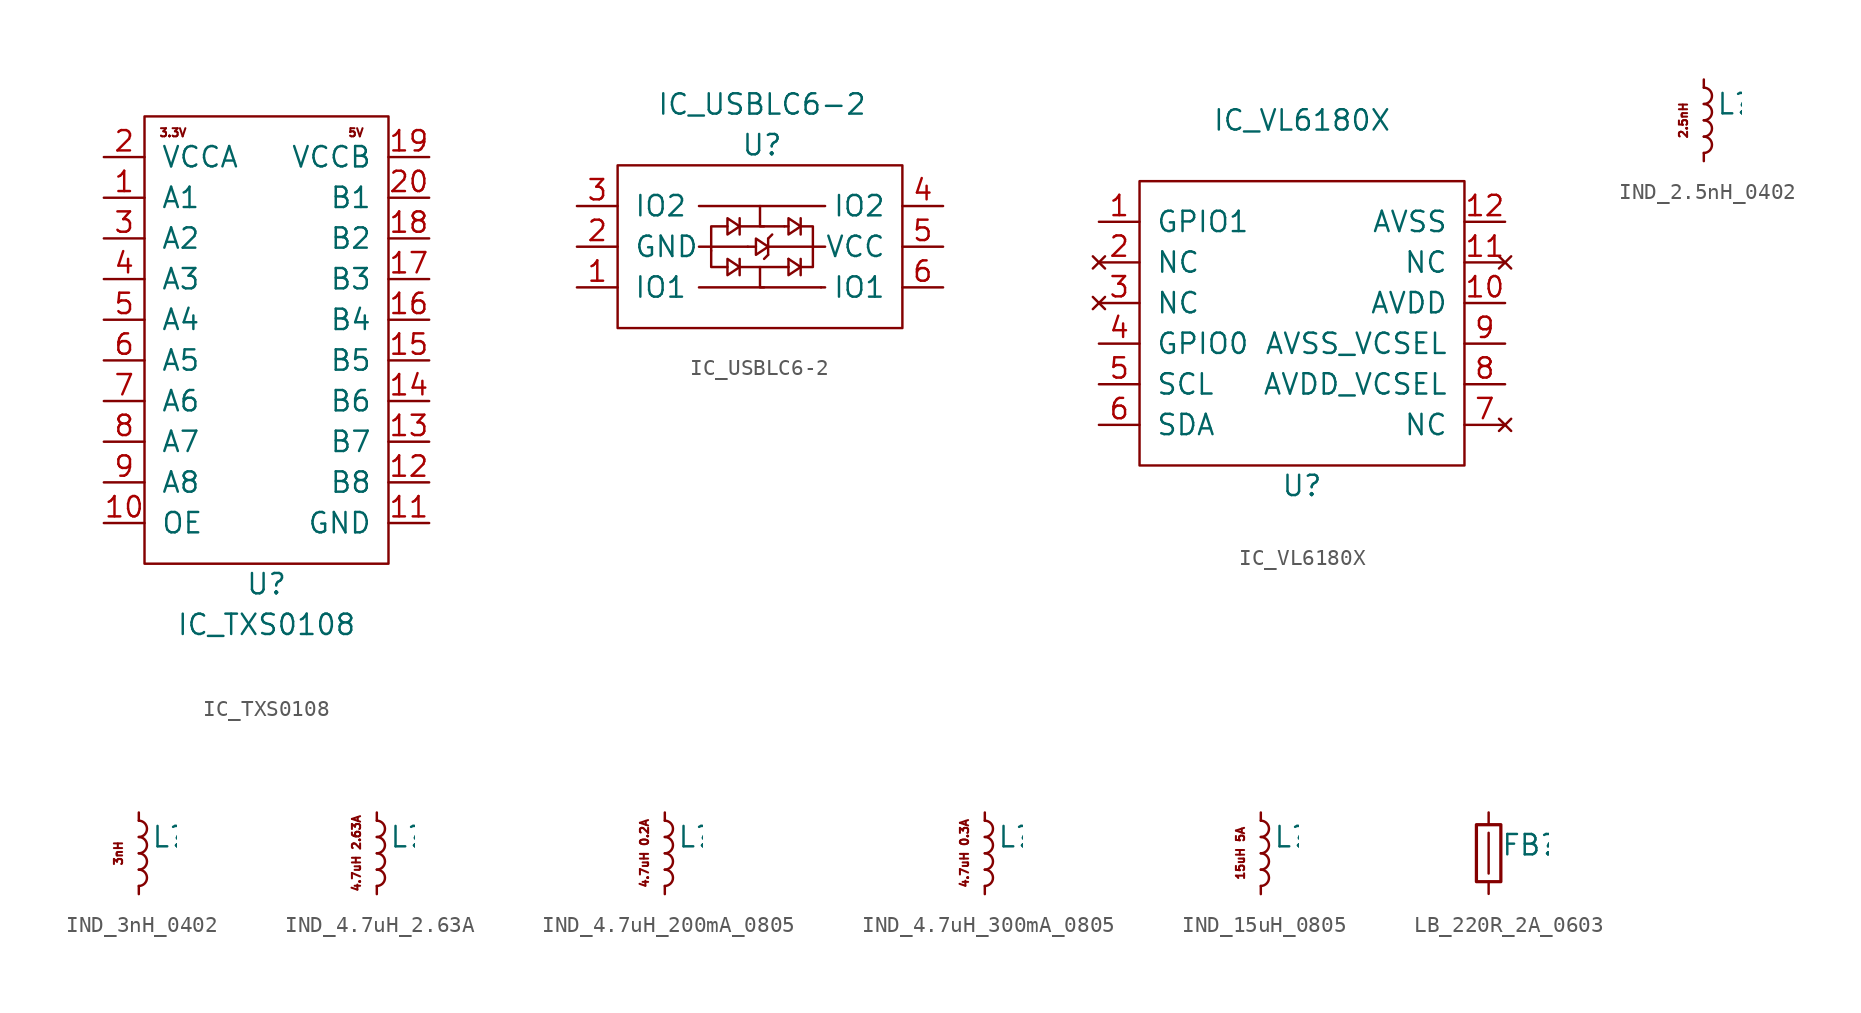
<source format=kicad_sym>
(kicad_symbol_lib
  (version 20211014)
  (generator kicad_symbol_editor)
  (symbol "IC_TXS0108"
    (pin_names
      (offset 1.016))
    (property "Reference" "U"
      (at 0 -15.24 0)
      (effects (font (size 1.27 1.27))))
    (property "Value" "IC_TXS0108"
      (at 0 -17.78 0)
      (effects (font (size 1.27 1.27))))
    (symbol "IC_TXS0108_0_0"
      (text "3.3V" (at -5.842 12.954 0) (effects (font (size 0.508 0.508)))))
    (symbol "IC_TXS0108_0_1"
      (rectangle (start -7.62 13.97) (end 7.62 -13.97) (stroke (width 0) (type default) (color 0 0 0 0)) (fill (type none))))
    (symbol "IC_TXS0108_1_0"
      (text "5V" (at 5.588 12.954 0) (effects (font (size 0.508 0.508)))))
    (symbol "IC_TXS0108_1_1"
      (pin bidirectional line (at -10.16 8.89 0) (length 2.54) (name "A1" (effects (font (size 1.27 1.27)))) (number "1" (effects (font (size 1.27 1.27)))))
      (pin bidirectional line (at -10.16 -11.43 0) (length 2.54) (name "OE" (effects (font (size 1.27 1.27)))) (number "10" (effects (font (size 1.27 1.27)))))
      (pin power_in line (at 10.16 -11.43 180) (length 2.54) (name "GND" (effects (font (size 1.27 1.27)))) (number "11" (effects (font (size 1.27 1.27)))))
      (pin bidirectional line (at 10.16 -8.89 180) (length 2.54) (name "B8" (effects (font (size 1.27 1.27)))) (number "12" (effects (font (size 1.27 1.27)))))
      (pin bidirectional line (at 10.16 -6.35 180) (length 2.54) (name "B7" (effects (font (size 1.27 1.27)))) (number "13" (effects (font (size 1.27 1.27)))))
      (pin bidirectional line (at 10.16 -3.81 180) (length 2.54) (name "B6" (effects (font (size 1.27 1.27)))) (number "14" (effects (font (size 1.27 1.27)))))
      (pin bidirectional line (at 10.16 -1.27 180) (length 2.54) (name "B5" (effects (font (size 1.27 1.27)))) (number "15" (effects (font (size 1.27 1.27)))))
      (pin bidirectional line (at 10.16 1.27 180) (length 2.54) (name "B4" (effects (font (size 1.27 1.27)))) (number "16" (effects (font (size 1.27 1.27)))))
      (pin bidirectional line (at 10.16 3.81 180) (length 2.54) (name "B3" (effects (font (size 1.27 1.27)))) (number "17" (effects (font (size 1.27 1.27)))))
      (pin bidirectional line (at 10.16 6.35 180) (length 2.54) (name "B2" (effects (font (size 1.27 1.27)))) (number "18" (effects (font (size 1.27 1.27)))))
      (pin power_in line (at 10.16 11.43 180) (length 2.54) (name "VCCB" (effects (font (size 1.27 1.27)))) (number "19" (effects (font (size 1.27 1.27)))))
      (pin power_in line (at -10.16 11.43 0) (length 2.54) (name "VCCA" (effects (font (size 1.27 1.27)))) (number "2" (effects (font (size 1.27 1.27)))))
      (pin bidirectional line (at 10.16 8.89 180) (length 2.54) (name "B1" (effects (font (size 1.27 1.27)))) (number "20" (effects (font (size 1.27 1.27)))))
      (pin bidirectional line (at -10.16 6.35 0) (length 2.54) (name "A2" (effects (font (size 1.27 1.27)))) (number "3" (effects (font (size 1.27 1.27)))))
      (pin bidirectional line (at -10.16 3.81 0) (length 2.54) (name "A3" (effects (font (size 1.27 1.27)))) (number "4" (effects (font (size 1.27 1.27)))))
      (pin bidirectional line (at -10.16 1.27 0) (length 2.54) (name "A4" (effects (font (size 1.27 1.27)))) (number "5" (effects (font (size 1.27 1.27)))))
      (pin bidirectional line (at -10.16 -1.27 0) (length 2.54) (name "A5" (effects (font (size 1.27 1.27)))) (number "6" (effects (font (size 1.27 1.27)))))
      (pin bidirectional line (at -10.16 -3.81 0) (length 2.54) (name "A6" (effects (font (size 1.27 1.27)))) (number "7" (effects (font (size 1.27 1.27)))))
      (pin bidirectional line (at -10.16 -6.35 0) (length 2.54) (name "A7" (effects (font (size 1.27 1.27)))) (number "8" (effects (font (size 1.27 1.27)))))
      (pin bidirectional line (at -10.16 -8.89 0) (length 2.54) (name "A8" (effects (font (size 1.27 1.27)))) (number "9" (effects (font (size 1.27 1.27)))))))
  (symbol "IC_USBLC6-2"
    (pin_names
      (offset 1.016))
    (property "Reference" "U"
      (at 0.127 6.35 0)
      (effects (font (size 1.27 1.27))))
    (property "Value" "IC_USBLC6-2"
      (at 0.127 8.89 0)
      (effects (font (size 1.27 1.27))))
    (symbol "IC_USBLC6-2_0_1"
      (polyline (pts (xy -3.81 0) (xy -0.762 0)) (stroke (width 0) (type default) (color 0 0 0 0)) (fill (type none)))
      (polyline (pts (xy -3.81 2.54) (xy 4.064 2.54)) (stroke (width 0) (type default) (color 0 0 0 0)) (fill (type none)))
      (polyline (pts (xy -3.048 -0.254) (xy -3.048 0)) (stroke (width 0) (type default) (color 0 0 0 0)) (fill (type none)))
      (polyline (pts (xy -1.27 -1.27) (xy 1.778 -1.27)) (stroke (width 0) (type default) (color 0 0 0 0)) (fill (type none)))
      (polyline (pts (xy -1.27 -0.762) (xy -1.27 -1.778)) (stroke (width 0) (type default) (color 0 0 0 0)) (fill (type none)))
      (polyline (pts (xy -1.27 1.778) (xy -1.27 0.762)) (stroke (width 0) (type default) (color 0 0 0 0)) (fill (type none)))
      (polyline (pts (xy -0.762 0) (xy -0.254 0)) (stroke (width 0) (type default) (color 0 0 0 0)) (fill (type none)))
      (polyline (pts (xy 0.254 -2.54) (xy -3.81 -2.54)) (stroke (width 0) (type default) (color 0 0 0 0)) (fill (type none)))
      (polyline (pts (xy 0.254 1.27) (xy -1.27 1.27)) (stroke (width 0) (type default) (color 0 0 0 0)) (fill (type none)))
      (polyline (pts (xy 0.508 -0.508) (xy 0.254 -0.762)) (stroke (width 0) (type default) (color 0 0 0 0)) (fill (type none)))
      (polyline (pts (xy 0.508 0) (xy 4.064 0)) (stroke (width 0) (type default) (color 0 0 0 0)) (fill (type none)))
      (polyline (pts (xy 0.508 0.508) (xy 0.508 -0.508)) (stroke (width 0) (type default) (color 0 0 0 0)) (fill (type none)))
      (polyline (pts (xy 0.508 0.508) (xy 0.762 0.762)) (stroke (width 0) (type default) (color 0 0 0 0)) (fill (type none)))
      (polyline (pts (xy 1.524 1.27) (xy 1.778 1.27)) (stroke (width 0) (type default) (color 0 0 0 0)) (fill (type none)))
      (polyline (pts (xy 1.778 -1.27) (xy 1.778 -0.762)) (stroke (width 0) (type default) (color 0 0 0 0)) (fill (type none)))
      (polyline (pts (xy 2.54 -0.762) (xy 2.54 -1.778)) (stroke (width 0) (type default) (color 0 0 0 0)) (fill (type none)))
      (polyline (pts (xy 2.54 1.778) (xy 2.54 0.762)) (stroke (width 0) (type default) (color 0 0 0 0)) (fill (type none)))
      (polyline (pts (xy 3.81 -2.54) (xy 4.064 -2.54)) (stroke (width 0) (type default) (color 0 0 0 0)) (fill (type none)))
      (polyline (pts (xy -3.048 -0.254) (xy -3.048 -1.27) (xy -2.032 -1.27)) (stroke (width 0) (type default) (color 0 0 0 0)) (fill (type none)))
      (polyline (pts (xy -2.032 1.27) (xy -3.048 1.27) (xy -3.048 0)) (stroke (width 0) (type default) (color 0 0 0 0)) (fill (type none)))
      (polyline (pts (xy 0 -1.27) (xy 0 -2.54) (xy 3.81 -2.54)) (stroke (width 0) (type default) (color 0 0 0 0)) (fill (type none)))
      (polyline (pts (xy 1.524 1.27) (xy 0 1.27) (xy 0 2.54)) (stroke (width 0) (type default) (color 0 0 0 0)) (fill (type none)))
      (polyline (pts (xy 2.54 -1.27) (xy 3.302 -1.27) (xy 3.302 0)) (stroke (width 0) (type default) (color 0 0 0 0)) (fill (type none)))
      (polyline (pts (xy 2.54 1.27) (xy 3.302 1.27) (xy 3.302 0)) (stroke (width 0) (type default) (color 0 0 0 0)) (fill (type none)))
      (polyline (pts (xy -2.032 -0.762) (xy -2.032 -1.778) (xy -1.27 -1.27) (xy -2.032 -0.762)) (stroke (width 0) (type default) (color 0 0 0 0)) (fill (type none)))
      (polyline (pts (xy -1.27 1.27) (xy -2.032 1.778) (xy -2.032 0.762) (xy -1.27 1.27)) (stroke (width 0) (type default) (color 0 0 0 0)) (fill (type none)))
      (polyline (pts (xy -0.254 0.508) (xy -0.254 -0.508) (xy 0.508 0) (xy -0.254 0.508)) (stroke (width 0) (type default) (color 0 0 0 0)) (fill (type none)))
      (polyline (pts (xy 1.778 -0.762) (xy 2.54 -1.27) (xy 1.778 -1.778) (xy 1.778 -1.27)) (stroke (width 0) (type default) (color 0 0 0 0)) (fill (type none)))
      (polyline (pts (xy 1.778 1.778) (xy 1.778 0.762) (xy 2.54 1.27) (xy 1.778 1.778)) (stroke (width 0) (type default) (color 0 0 0 0)) (fill (type none)))
      (rectangle (start 8.89 5.08) (end -8.89 -5.08) (stroke (width 0) (type default) (color 0 0 0 0)) (fill (type none))))
    (symbol "IC_USBLC6-2_1_1"
      (pin passive line (at -11.43 -2.54 0) (length 2.54) (name "IO1" (effects (font (size 1.27 1.27)))) (number "1" (effects (font (size 1.27 1.27)))))
      (pin passive line (at -11.43 0 0) (length 2.54) (name "GND" (effects (font (size 1.27 1.27)))) (number "2" (effects (font (size 1.27 1.27)))))
      (pin passive line (at -11.43 2.54 0) (length 2.54) (name "IO2" (effects (font (size 1.27 1.27)))) (number "3" (effects (font (size 1.27 1.27)))))
      (pin passive line (at 11.43 2.54 180) (length 2.54) (name "IO2" (effects (font (size 1.27 1.27)))) (number "4" (effects (font (size 1.27 1.27)))))
      (pin passive line (at 11.43 0 180) (length 2.54) (name "VCC" (effects (font (size 1.27 1.27)))) (number "5" (effects (font (size 1.27 1.27)))))
      (pin passive line (at 11.43 -2.54 180) (length 2.54) (name "IO1" (effects (font (size 1.27 1.27)))) (number "6" (effects (font (size 1.27 1.27)))))))
  (symbol "IC_VL6180X"
    (pin_names
      (offset 1.016))
    (property "Reference" "U"
      (at 0 -10.16 0)
      (effects (font (size 1.27 1.27))))
    (property "Value" "IC_VL6180X"
      (at 0 12.7 0)
      (effects (font (size 1.27 1.27))))
    (symbol "IC_VL6180X_0_1"
      (rectangle (start -10.16 8.89) (end 10.16 -8.89) (stroke (width 0) (type default) (color 0 0 0 0)) (fill (type none))))
    (symbol "IC_VL6180X_1_1"
      (pin bidirectional line (at -12.7 6.35 0) (length 2.54) (name "GPIO1" (effects (font (size 1.27 1.27)))) (number "1" (effects (font (size 1.27 1.27)))))
      (pin power_in line (at 12.7 1.27 180) (length 2.54) (name "AVDD" (effects (font (size 1.27 1.27)))) (number "10" (effects (font (size 1.27 1.27)))))
      (pin no_connect line (at 12.7 3.81 180) (length 2.54) (name "NC" (effects (font (size 1.27 1.27)))) (number "11" (effects (font (size 1.27 1.27)))))
      (pin power_in line (at 12.7 6.35 180) (length 2.54) (name "AVSS" (effects (font (size 1.27 1.27)))) (number "12" (effects (font (size 1.27 1.27)))))
      (pin no_connect line (at -12.7 3.81 0) (length 2.54) (name "NC" (effects (font (size 1.27 1.27)))) (number "2" (effects (font (size 1.27 1.27)))))
      (pin no_connect line (at -12.7 1.27 0) (length 2.54) (name "NC" (effects (font (size 1.27 1.27)))) (number "3" (effects (font (size 1.27 1.27)))))
      (pin bidirectional line (at -12.7 -1.27 0) (length 2.54) (name "GPIO0" (effects (font (size 1.27 1.27)))) (number "4" (effects (font (size 1.27 1.27)))))
      (pin input line (at -12.7 -3.81 0) (length 2.54) (name "SCL" (effects (font (size 1.27 1.27)))) (number "5" (effects (font (size 1.27 1.27)))))
      (pin bidirectional line (at -12.7 -6.35 0) (length 2.54) (name "SDA" (effects (font (size 1.27 1.27)))) (number "6" (effects (font (size 1.27 1.27)))))
      (pin no_connect line (at 12.7 -6.35 180) (length 2.54) (name "NC" (effects (font (size 1.27 1.27)))) (number "7" (effects (font (size 1.27 1.27)))))
      (pin input line (at 12.7 -3.81 180) (length 2.54) (name "AVDD_VCSEL" (effects (font (size 1.27 1.27)))) (number "8" (effects (font (size 1.27 1.27)))))
      (pin input line (at 12.7 -1.27 180) (length 2.54) (name "AVSS_VCSEL" (effects (font (size 1.27 1.27)))) (number "9" (effects (font (size 1.27 1.27)))))))
  (symbol "IND_2.5nH_0402"
    (pin_numbers hide)
    (pin_names
      (offset 0.254) hide)
    (property "Reference" "L"
      (at 0.762 1.016 0)
      (effects (font (size 1.27 1.27)) (justify left)))
    (symbol "IND_2.5nH_0402_0_0"
      (text "2.5nH" (at -1.27 0 900) (effects (font (size 0.508 0.508)))))
    (symbol "IND_2.5nH_0402_0_1"
      (arc (start 0 -2.032) (mid 0.508 -1.524) (end 0 -1.016) (stroke (width 0) (type default) (color 0 0 0 0)) (fill (type none)))
      (arc (start 0 -1.016) (mid 0.508 -0.508) (end 0 0) (stroke (width 0) (type default) (color 0 0 0 0)) (fill (type none)))
      (arc (start 0 0) (mid 0.508 0.508) (end 0 1.016) (stroke (width 0) (type default) (color 0 0 0 0)) (fill (type none)))
      (arc (start 0 1.016) (mid 0.508 1.524) (end 0 2.032) (stroke (width 0) (type default) (color 0 0 0 0)) (fill (type none))))
    (symbol "IND_2.5nH_0402_1_1"
      (pin passive line (at 0 2.54 270) (length 0.508) (name "~" (effects (font (size 1.27 1.27)))) (number "1" (effects (font (size 1.27 1.27)))))
      (pin passive line (at 0 -2.54 90) (length 0.508) (name "~" (effects (font (size 1.27 1.27)))) (number "2" (effects (font (size 1.27 1.27)))))))
  (symbol "IND_3nH_0402"
    (pin_numbers hide)
    (pin_names
      (offset 0.254) hide)
    (property "Reference" "L"
      (at 0.762 1.016 0)
      (effects (font (size 1.27 1.27)) (justify left)))
    (symbol "IND_3nH_0402_0_0"
      (text "3nH" (at -1.27 0 900) (effects (font (size 0.508 0.508)))))
    (symbol "IND_3nH_0402_0_1"
      (arc (start 0 -2.032) (mid 0.508 -1.524) (end 0 -1.016) (stroke (width 0) (type default) (color 0 0 0 0)) (fill (type none)))
      (arc (start 0 -1.016) (mid 0.508 -0.508) (end 0 0) (stroke (width 0) (type default) (color 0 0 0 0)) (fill (type none)))
      (arc (start 0 0) (mid 0.508 0.508) (end 0 1.016) (stroke (width 0) (type default) (color 0 0 0 0)) (fill (type none)))
      (arc (start 0 1.016) (mid 0.508 1.524) (end 0 2.032) (stroke (width 0) (type default) (color 0 0 0 0)) (fill (type none))))
    (symbol "IND_3nH_0402_1_1"
      (pin passive line (at 0 2.54 270) (length 0.508) (name "~" (effects (font (size 1.27 1.27)))) (number "1" (effects (font (size 1.27 1.27)))))
      (pin passive line (at 0 -2.54 90) (length 0.508) (name "~" (effects (font (size 1.27 1.27)))) (number "2" (effects (font (size 1.27 1.27)))))))
  (symbol "IND_4.7uH_2.63A"
    (pin_numbers hide)
    (pin_names
      (offset 0.254) hide)
    (property "Reference" "L"
      (at 0.762 1.016 0)
      (effects (font (size 1.27 1.27)) (justify left)))
    (symbol "IND_4.7uH_2.63A_0_0"
      (text "4.7uH 2.63A" (at -1.27 0 900) (effects (font (size 0.508 0.508)))))
    (symbol "IND_4.7uH_2.63A_0_1"
      (arc (start 0 -2.032) (mid 0.508 -1.524) (end 0 -1.016) (stroke (width 0) (type default) (color 0 0 0 0)) (fill (type none)))
      (arc (start 0 -1.016) (mid 0.508 -0.508) (end 0 0) (stroke (width 0) (type default) (color 0 0 0 0)) (fill (type none)))
      (arc (start 0 0) (mid 0.508 0.508) (end 0 1.016) (stroke (width 0) (type default) (color 0 0 0 0)) (fill (type none)))
      (arc (start 0 1.016) (mid 0.508 1.524) (end 0 2.032) (stroke (width 0) (type default) (color 0 0 0 0)) (fill (type none))))
    (symbol "IND_4.7uH_2.63A_1_1"
      (pin passive line (at 0 2.54 270) (length 0.508) (name "~" (effects (font (size 1.27 1.27)))) (number "1" (effects (font (size 1.27 1.27)))))
      (pin passive line (at 0 -2.54 90) (length 0.508) (name "~" (effects (font (size 1.27 1.27)))) (number "2" (effects (font (size 1.27 1.27)))))))
  (symbol "IND_4.7uH_200mA_0805"
    (pin_numbers hide)
    (pin_names
      (offset 0.254) hide)
    (property "Reference" "L"
      (at 0.762 1.016 0)
      (effects (font (size 1.27 1.27)) (justify left)))
    (symbol "IND_4.7uH_200mA_0805_0_0"
      (text "4.7uH 0.2A" (at -1.27 0 900) (effects (font (size 0.508 0.508)))))
    (symbol "IND_4.7uH_200mA_0805_0_1"
      (arc (start 0 -2.032) (mid 0.508 -1.524) (end 0 -1.016) (stroke (width 0) (type default) (color 0 0 0 0)) (fill (type none)))
      (arc (start 0 -1.016) (mid 0.508 -0.508) (end 0 0) (stroke (width 0) (type default) (color 0 0 0 0)) (fill (type none)))
      (arc (start 0 0) (mid 0.508 0.508) (end 0 1.016) (stroke (width 0) (type default) (color 0 0 0 0)) (fill (type none)))
      (arc (start 0 1.016) (mid 0.508 1.524) (end 0 2.032) (stroke (width 0) (type default) (color 0 0 0 0)) (fill (type none))))
    (symbol "IND_4.7uH_200mA_0805_1_1"
      (pin passive line (at 0 2.54 270) (length 0.508) (name "~" (effects (font (size 1.27 1.27)))) (number "1" (effects (font (size 1.27 1.27)))))
      (pin passive line (at 0 -2.54 90) (length 0.508) (name "~" (effects (font (size 1.27 1.27)))) (number "2" (effects (font (size 1.27 1.27)))))))
  (symbol "IND_4.7uH_300mA_0805"
    (pin_numbers hide)
    (pin_names
      (offset 0.254) hide)
    (property "Reference" "L"
      (at 0.762 1.016 0)
      (effects (font (size 1.27 1.27)) (justify left)))
    (symbol "IND_4.7uH_300mA_0805_0_0"
      (text "4.7uH 0.3A" (at -1.27 0 900) (effects (font (size 0.508 0.508)))))
    (symbol "IND_4.7uH_300mA_0805_0_1"
      (arc (start 0 -2.032) (mid 0.508 -1.524) (end 0 -1.016) (stroke (width 0) (type default) (color 0 0 0 0)) (fill (type none)))
      (arc (start 0 -1.016) (mid 0.508 -0.508) (end 0 0) (stroke (width 0) (type default) (color 0 0 0 0)) (fill (type none)))
      (arc (start 0 0) (mid 0.508 0.508) (end 0 1.016) (stroke (width 0) (type default) (color 0 0 0 0)) (fill (type none)))
      (arc (start 0 1.016) (mid 0.508 1.524) (end 0 2.032) (stroke (width 0) (type default) (color 0 0 0 0)) (fill (type none))))
    (symbol "IND_4.7uH_300mA_0805_1_1"
      (pin passive line (at 0 2.54 270) (length 0.508) (name "~" (effects (font (size 1.27 1.27)))) (number "1" (effects (font (size 1.27 1.27)))))
      (pin passive line (at 0 -2.54 90) (length 0.508) (name "~" (effects (font (size 1.27 1.27)))) (number "2" (effects (font (size 1.27 1.27)))))))
  (symbol "IND_15uH_0805"
    (pin_numbers hide)
    (pin_names
      (offset 0.254) hide)
    (property "Reference" "L"
      (at 0.762 1.016 0)
      (effects (font (size 1.27 1.27)) (justify left)))
    (symbol "IND_15uH_0805_0_0"
      (text "15uH 5A" (at -1.27 0 900) (effects (font (size 0.508 0.508)))))
    (symbol "IND_15uH_0805_0_1"
      (arc (start 0 -2.032) (mid 0.508 -1.524) (end 0 -1.016) (stroke (width 0) (type default) (color 0 0 0 0)) (fill (type none)))
      (arc (start 0 -1.016) (mid 0.508 -0.508) (end 0 0) (stroke (width 0) (type default) (color 0 0 0 0)) (fill (type none)))
      (arc (start 0 0) (mid 0.508 0.508) (end 0 1.016) (stroke (width 0) (type default) (color 0 0 0 0)) (fill (type none)))
      (arc (start 0 1.016) (mid 0.508 1.524) (end 0 2.032) (stroke (width 0) (type default) (color 0 0 0 0)) (fill (type none))))
    (symbol "IND_15uH_0805_1_1"
      (pin passive line (at 0 2.54 270) (length 0.508) (name "~" (effects (font (size 1.27 1.27)))) (number "1" (effects (font (size 1.27 1.27)))))
      (pin passive line (at 0 -2.54 90) (length 0.508) (name "~" (effects (font (size 1.27 1.27)))) (number "2" (effects (font (size 1.27 1.27)))))))
  (symbol "LB_220R_2A_0603"
    (pin_numbers hide)
    (pin_names
      (offset 0.254) hide)
    (property "Reference" "FB"
      (at 0.762 0.508 0)
      (effects (font (size 1.27 1.27)) (justify left)))
    (symbol "LB_220R_2A_0603_0_1"
      (rectangle (start -0.762 1.778) (end 0.762 -1.778) (stroke (width 0.203) (type default) (color 0 0 0 0)) (fill (type none)))
      (polyline (pts (xy 0 1.27) (xy 0 -1.27)) (stroke (width 0) (type default) (color 0 0 0 0)) (fill (type none))))
    (symbol "LB_220R_2A_0603_1_1"
      (pin passive line (at 0 2.54 270) (length 0.762) (name "~" (effects (font (size 1.27 1.27)))) (number "1" (effects (font (size 1.27 1.27)))))
      (pin passive line (at 0 -2.54 90) (length 0.762) (name "~" (effects (font (size 1.27 1.27)))) (number "2" (effects (font (size 1.27 1.27))))))))
</source>
